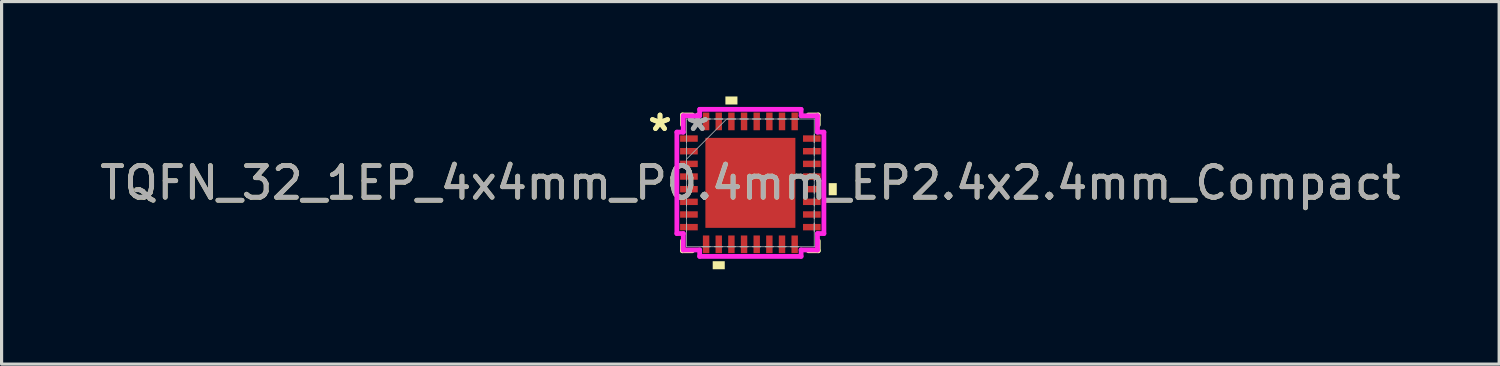
<source format=kicad_pcb>
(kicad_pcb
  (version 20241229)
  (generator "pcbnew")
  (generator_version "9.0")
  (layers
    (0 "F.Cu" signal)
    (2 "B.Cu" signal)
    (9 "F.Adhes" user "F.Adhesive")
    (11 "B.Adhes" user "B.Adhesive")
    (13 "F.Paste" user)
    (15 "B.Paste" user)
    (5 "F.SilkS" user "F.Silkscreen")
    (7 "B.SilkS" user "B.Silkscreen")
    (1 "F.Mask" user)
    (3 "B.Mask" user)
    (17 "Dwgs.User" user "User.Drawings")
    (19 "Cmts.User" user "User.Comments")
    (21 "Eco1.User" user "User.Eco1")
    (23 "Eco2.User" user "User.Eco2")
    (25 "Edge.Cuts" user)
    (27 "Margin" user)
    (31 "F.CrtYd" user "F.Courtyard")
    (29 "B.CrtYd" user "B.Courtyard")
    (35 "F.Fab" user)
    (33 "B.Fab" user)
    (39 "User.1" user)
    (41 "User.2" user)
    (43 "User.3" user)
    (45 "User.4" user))
  (footprint "TQFN_32_1EP_4x4mm_P0.4mm_EP2.4x2.4mm_Compact"
    (layer "F.Cu")
    (at 20.673 2.731)
    (property "Reference" "TQFN_32_1EP_4x4mm_P0.4mm_EP2.4x2.4mm_Compact" (at 0 0 0) (unlocked yes) (layer "F.SilkS") (effects (font (size 1 1) (thickness 0.15))))
    (attr smd)
    (fp_line (start -2.146 -2.146) (end -2.146 -1.834) (stroke (width 0.152) (type solid)) (layer "F.SilkS"))
    (fp_line (start -2.146 1.834) (end -2.146 2.146) (stroke (width 0.152) (type solid)) (layer "F.SilkS"))
    (fp_line (start -2.146 2.146) (end -1.834 2.146) (stroke (width 0.152) (type solid)) (layer "F.SilkS"))
    (fp_line (start -1.834 -2.146) (end -2.146 -2.146) (stroke (width 0.152) (type solid)) (layer "F.SilkS"))
    (fp_line (start 1.834 2.146) (end 2.146 2.146) (stroke (width 0.152) (type solid)) (layer "F.SilkS"))
    (fp_line (start 2.146 -2.146) (end 1.834 -2.146) (stroke (width 0.152) (type solid)) (layer "F.SilkS"))
    (fp_line (start 2.146 -1.834) (end 2.146 -2.146) (stroke (width 0.152) (type solid)) (layer "F.SilkS"))
    (fp_line (start 2.146 2.146) (end 2.146 1.834) (stroke (width 0.152) (type solid)) (layer "F.SilkS"))
    (fp_poly (pts (xy -1.191 2.477) (xy -1.191 2.731) (xy -0.81 2.731) (xy -0.81 2.477)) (stroke (width 0) (type solid)) (fill yes) (layer "F.SilkS"))
    (fp_poly (pts (xy -0.79 -2.477) (xy -0.79 -2.731) (xy -0.409 -2.731) (xy -0.409 -2.477)) (stroke (width 0) (type solid)) (fill yes) (layer "F.SilkS"))
    (fp_poly (pts (xy 2.731 0.009) (xy 2.731 0.391) (xy 2.477 0.391) (xy 2.477 0.009)) (stroke (width 0) (type solid)) (fill yes) (layer "F.SilkS"))
    (fp_poly (pts (xy -1.322 -1.322) (xy -1.322 -0.1) (xy -0.1 -0.1) (xy -0.1 -1.322)) (stroke (width 0) (type solid)) (fill yes) (layer "F.Paste"))
    (fp_poly (pts (xy -1.322 0.1) (xy -1.322 1.322) (xy -0.1 1.322) (xy -0.1 0.1)) (stroke (width 0) (type solid)) (fill yes) (layer "F.Paste"))
    (fp_poly (pts (xy 0.1 -1.322) (xy 0.1 -0.1) (xy 1.322 -0.1) (xy 1.322 -1.322)) (stroke (width 0) (type solid)) (fill yes) (layer "F.Paste"))
    (fp_poly (pts (xy 0.1 0.1) (xy 0.1 1.322) (xy 1.322 1.322) (xy 1.322 0.1)) (stroke (width 0) (type solid)) (fill yes) (layer "F.Paste"))
    (fp_line (start -2.324 -1.603) (end -2.121 -1.603) (stroke (width 0.152) (type solid)) (layer "F.CrtYd"))
    (fp_line (start -2.324 1.603) (end -2.324 -1.603) (stroke (width 0.152) (type solid)) (layer "F.CrtYd"))
    (fp_line (start -2.121 -2.121) (end -1.603 -2.121) (stroke (width 0.152) (type solid)) (layer "F.CrtYd"))
    (fp_line (start -2.121 -1.603) (end -2.121 -2.121) (stroke (width 0.152) (type solid)) (layer "F.CrtYd"))
    (fp_line (start -2.121 1.603) (end -2.324 1.603) (stroke (width 0.152) (type solid)) (layer "F.CrtYd"))
    (fp_line (start -2.121 2.121) (end -2.121 1.603) (stroke (width 0.152) (type solid)) (layer "F.CrtYd"))
    (fp_line (start -1.603 -2.324) (end 1.603 -2.324) (stroke (width 0.152) (type solid)) (layer "F.CrtYd"))
    (fp_line (start -1.603 -2.121) (end -1.603 -2.324) (stroke (width 0.152) (type solid)) (layer "F.CrtYd"))
    (fp_line (start -1.603 2.121) (end -2.121 2.121) (stroke (width 0.152) (type solid)) (layer "F.CrtYd"))
    (fp_line (start -1.603 2.324) (end -1.603 2.121) (stroke (width 0.152) (type solid)) (layer "F.CrtYd"))
    (fp_line (start 1.603 -2.324) (end 1.603 -2.121) (stroke (width 0.152) (type solid)) (layer "F.CrtYd"))
    (fp_line (start 1.603 -2.121) (end 2.121 -2.121) (stroke (width 0.152) (type solid)) (layer "F.CrtYd"))
    (fp_line (start 1.603 2.121) (end 1.603 2.324) (stroke (width 0.152) (type solid)) (layer "F.CrtYd"))
    (fp_line (start 1.603 2.324) (end -1.603 2.324) (stroke (width 0.152) (type solid)) (layer "F.CrtYd"))
    (fp_line (start 2.121 -2.121) (end 2.121 -1.603) (stroke (width 0.152) (type solid)) (layer "F.CrtYd"))
    (fp_line (start 2.121 -1.603) (end 2.324 -1.603) (stroke (width 0.152) (type solid)) (layer "F.CrtYd"))
    (fp_line (start 2.121 1.603) (end 2.121 2.121) (stroke (width 0.152) (type solid)) (layer "F.CrtYd"))
    (fp_line (start 2.121 2.121) (end 1.603 2.121) (stroke (width 0.152) (type solid)) (layer "F.CrtYd"))
    (fp_line (start 2.324 -1.603) (end 2.324 1.603) (stroke (width 0.152) (type solid)) (layer "F.CrtYd"))
    (fp_line (start 2.324 1.603) (end 2.121 1.603) (stroke (width 0.152) (type solid)) (layer "F.CrtYd"))
    (fp_line (start -2.019 -2.019) (end -2.019 -2.019) (stroke (width 0.025) (type solid)) (layer "F.Fab"))
    (fp_line (start -2.019 -2.019) (end -2.019 2.019) (stroke (width 0.025) (type solid)) (layer "F.Fab"))
    (fp_line (start -2.019 -1.527) (end -2.019 -1.527) (stroke (width 0.025) (type solid)) (layer "F.Fab"))
    (fp_line (start -2.019 -1.527) (end -2.019 -1.273) (stroke (width 0.025) (type solid)) (layer "F.Fab"))
    (fp_line (start -2.019 -1.273) (end -2.019 -1.527) (stroke (width 0.025) (type solid)) (layer "F.Fab"))
    (fp_line (start -2.019 -1.273) (end -2.019 -1.273) (stroke (width 0.025) (type solid)) (layer "F.Fab"))
    (fp_line (start -2.019 -1.127) (end -2.019 -1.127) (stroke (width 0.025) (type solid)) (layer "F.Fab"))
    (fp_line (start -2.019 -1.127) (end -2.019 -0.873) (stroke (width 0.025) (type solid)) (layer "F.Fab"))
    (fp_line (start -2.019 -0.873) (end -2.019 -1.127) (stroke (width 0.025) (type solid)) (layer "F.Fab"))
    (fp_line (start -2.019 -0.873) (end -2.019 -0.873) (stroke (width 0.025) (type solid)) (layer "F.Fab"))
    (fp_line (start -2.019 -0.749) (end -0.749 -2.019) (stroke (width 0.025) (type solid)) (layer "F.Fab"))
    (fp_line (start -2.019 -0.727) (end -2.019 -0.727) (stroke (width 0.025) (type solid)) (layer "F.Fab"))
    (fp_line (start -2.019 -0.727) (end -2.019 -0.473) (stroke (width 0.025) (type solid)) (layer "F.Fab"))
    (fp_line (start -2.019 -0.473) (end -2.019 -0.727) (stroke (width 0.025) (type solid)) (layer "F.Fab"))
    (fp_line (start -2.019 -0.473) (end -2.019 -0.473) (stroke (width 0.025) (type solid)) (layer "F.Fab"))
    (fp_line (start -2.019 -0.327) (end -2.019 -0.327) (stroke (width 0.025) (type solid)) (layer "F.Fab"))
    (fp_line (start -2.019 -0.327) (end -2.019 -0.073) (stroke (width 0.025) (type solid)) (layer "F.Fab"))
    (fp_line (start -2.019 -0.073) (end -2.019 -0.327) (stroke (width 0.025) (type solid)) (layer "F.Fab"))
    (fp_line (start -2.019 -0.073) (end -2.019 -0.073) (stroke (width 0.025) (type solid)) (layer "F.Fab"))
    (fp_line (start -2.019 0.073) (end -2.019 0.073) (stroke (width 0.025) (type solid)) (layer "F.Fab"))
    (fp_line (start -2.019 0.073) (end -2.019 0.327) (stroke (width 0.025) (type solid)) (layer "F.Fab"))
    (fp_line (start -2.019 0.327) (end -2.019 0.073) (stroke (width 0.025) (type solid)) (layer "F.Fab"))
    (fp_line (start -2.019 0.327) (end -2.019 0.327) (stroke (width 0.025) (type solid)) (layer "F.Fab"))
    (fp_line (start -2.019 0.473) (end -2.019 0.473) (stroke (width 0.025) (type solid)) (layer "F.Fab"))
    (fp_line (start -2.019 0.473) (end -2.019 0.727) (stroke (width 0.025) (type solid)) (layer "F.Fab"))
    (fp_line (start -2.019 0.727) (end -2.019 0.473) (stroke (width 0.025) (type solid)) (layer "F.Fab"))
    (fp_line (start -2.019 0.727) (end -2.019 0.727) (stroke (width 0.025) (type solid)) (layer "F.Fab"))
    (fp_line (start -2.019 0.873) (end -2.019 0.873) (stroke (width 0.025) (type solid)) (layer "F.Fab"))
    (fp_line (start -2.019 0.873) (end -2.019 1.127) (stroke (width 0.025) (type solid)) (layer "F.Fab"))
    (fp_line (start -2.019 1.127) (end -2.019 0.873) (stroke (width 0.025) (type solid)) (layer "F.Fab"))
    (fp_line (start -2.019 1.127) (end -2.019 1.127) (stroke (width 0.025) (type solid)) (layer "F.Fab"))
    (fp_line (start -2.019 1.273) (end -2.019 1.273) (stroke (width 0.025) (type solid)) (layer "F.Fab"))
    (fp_line (start -2.019 1.273) (end -2.019 1.527) (stroke (width 0.025) (type solid)) (layer "F.Fab"))
    (fp_line (start -2.019 1.527) (end -2.019 1.273) (stroke (width 0.025) (type solid)) (layer "F.Fab"))
    (fp_line (start -2.019 1.527) (end -2.019 1.527) (stroke (width 0.025) (type solid)) (layer "F.Fab"))
    (fp_line (start -2.019 2.019) (end -2.019 2.019) (stroke (width 0.025) (type solid)) (layer "F.Fab"))
    (fp_line (start -2.019 2.019) (end 2.019 2.019) (stroke (width 0.025) (type solid)) (layer "F.Fab"))
    (fp_line (start -1.527 -2.019) (end -1.527 -2.019) (stroke (width 0.025) (type solid)) (layer "F.Fab"))
    (fp_line (start -1.527 -2.019) (end -1.273 -2.019) (stroke (width 0.025) (type solid)) (layer "F.Fab"))
    (fp_line (start -1.527 2.019) (end -1.527 2.019) (stroke (width 0.025) (type solid)) (layer "F.Fab"))
    (fp_line (start -1.527 2.019) (end -1.273 2.019) (stroke (width 0.025) (type solid)) (layer "F.Fab"))
    (fp_line (start -1.273 -2.019) (end -1.527 -2.019) (stroke (width 0.025) (type solid)) (layer "F.Fab"))
    (fp_line (start -1.273 -2.019) (end -1.273 -2.019) (stroke (width 0.025) (type solid)) (layer "F.Fab"))
    (fp_line (start -1.273 2.019) (end -1.527 2.019) (stroke (width 0.025) (type solid)) (layer "F.Fab"))
    (fp_line (start -1.273 2.019) (end -1.273 2.019) (stroke (width 0.025) (type solid)) (layer "F.Fab"))
    (fp_line (start -1.127 -2.019) (end -1.127 -2.019) (stroke (width 0.025) (type solid)) (layer "F.Fab"))
    (fp_line (start -1.127 -2.019) (end -0.873 -2.019) (stroke (width 0.025) (type solid)) (layer "F.Fab"))
    (fp_line (start -1.127 2.019) (end -1.127 2.019) (stroke (width 0.025) (type solid)) (layer "F.Fab"))
    (fp_line (start -1.127 2.019) (end -0.873 2.019) (stroke (width 0.025) (type solid)) (layer "F.Fab"))
    (fp_line (start -0.873 -2.019) (end -1.127 -2.019) (stroke (width 0.025) (type solid)) (layer "F.Fab"))
    (fp_line (start -0.873 -2.019) (end -0.873 -2.019) (stroke (width 0.025) (type solid)) (layer "F.Fab"))
    (fp_line (start -0.873 2.019) (end -1.127 2.019) (stroke (width 0.025) (type solid)) (layer "F.Fab"))
    (fp_line (start -0.873 2.019) (end -0.873 2.019) (stroke (width 0.025) (type solid)) (layer "F.Fab"))
    (fp_line (start -0.727 -2.019) (end -0.727 -2.019) (stroke (width 0.025) (type solid)) (layer "F.Fab"))
    (fp_line (start -0.727 -2.019) (end -0.473 -2.019) (stroke (width 0.025) (type solid)) (layer "F.Fab"))
    (fp_line (start -0.727 2.019) (end -0.727 2.019) (stroke (width 0.025) (type solid)) (layer "F.Fab"))
    (fp_line (start -0.727 2.019) (end -0.473 2.019) (stroke (width 0.025) (type solid)) (layer "F.Fab"))
    (fp_line (start -0.473 -2.019) (end -0.727 -2.019) (stroke (width 0.025) (type solid)) (layer "F.Fab"))
    (fp_line (start -0.473 -2.019) (end -0.473 -2.019) (stroke (width 0.025) (type solid)) (layer "F.Fab"))
    (fp_line (start -0.473 2.019) (end -0.727 2.019) (stroke (width 0.025) (type solid)) (layer "F.Fab"))
    (fp_line (start -0.473 2.019) (end -0.473 2.019) (stroke (width 0.025) (type solid)) (layer "F.Fab"))
    (fp_line (start -0.327 -2.019) (end -0.327 -2.019) (stroke (width 0.025) (type solid)) (layer "F.Fab"))
    (fp_line (start -0.327 -2.019) (end -0.073 -2.019) (stroke (width 0.025) (type solid)) (layer "F.Fab"))
    (fp_line (start -0.327 2.019) (end -0.327 2.019) (stroke (width 0.025) (type solid)) (layer "F.Fab"))
    (fp_line (start -0.327 2.019) (end -0.073 2.019) (stroke (width 0.025) (type solid)) (layer "F.Fab"))
    (fp_line (start -0.073 -2.019) (end -0.327 -2.019) (stroke (width 0.025) (type solid)) (layer "F.Fab"))
    (fp_line (start -0.073 -2.019) (end -0.073 -2.019) (stroke (width 0.025) (type solid)) (layer "F.Fab"))
    (fp_line (start -0.073 2.019) (end -0.327 2.019) (stroke (width 0.025) (type solid)) (layer "F.Fab"))
    (fp_line (start -0.073 2.019) (end -0.073 2.019) (stroke (width 0.025) (type solid)) (layer "F.Fab"))
    (fp_line (start 0.073 -2.019) (end 0.073 -2.019) (stroke (width 0.025) (type solid)) (layer "F.Fab"))
    (fp_line (start 0.073 -2.019) (end 0.327 -2.019) (stroke (width 0.025) (type solid)) (layer "F.Fab"))
    (fp_line (start 0.073 2.019) (end 0.073 2.019) (stroke (width 0.025) (type solid)) (layer "F.Fab"))
    (fp_line (start 0.073 2.019) (end 0.327 2.019) (stroke (width 0.025) (type solid)) (layer "F.Fab"))
    (fp_line (start 0.327 -2.019) (end 0.073 -2.019) (stroke (width 0.025) (type solid)) (layer "F.Fab"))
    (fp_line (start 0.327 -2.019) (end 0.327 -2.019) (stroke (width 0.025) (type solid)) (layer "F.Fab"))
    (fp_line (start 0.327 2.019) (end 0.073 2.019) (stroke (width 0.025) (type solid)) (layer "F.Fab"))
    (fp_line (start 0.327 2.019) (end 0.327 2.019) (stroke (width 0.025) (type solid)) (layer "F.Fab"))
    (fp_line (start 0.473 -2.019) (end 0.473 -2.019) (stroke (width 0.025) (type solid)) (layer "F.Fab"))
    (fp_line (start 0.473 -2.019) (end 0.727 -2.019) (stroke (width 0.025) (type solid)) (layer "F.Fab"))
    (fp_line (start 0.473 2.019) (end 0.473 2.019) (stroke (width 0.025) (type solid)) (layer "F.Fab"))
    (fp_line (start 0.473 2.019) (end 0.727 2.019) (stroke (width 0.025) (type solid)) (layer "F.Fab"))
    (fp_line (start 0.727 -2.019) (end 0.473 -2.019) (stroke (width 0.025) (type solid)) (layer "F.Fab"))
    (fp_line (start 0.727 -2.019) (end 0.727 -2.019) (stroke (width 0.025) (type solid)) (layer "F.Fab"))
    (fp_line (start 0.727 2.019) (end 0.473 2.019) (stroke (width 0.025) (type solid)) (layer "F.Fab"))
    (fp_line (start 0.727 2.019) (end 0.727 2.019) (stroke (width 0.025) (type solid)) (layer "F.Fab"))
    (fp_line (start 0.873 -2.019) (end 0.873 -2.019) (stroke (width 0.025) (type solid)) (layer "F.Fab"))
    (fp_line (start 0.873 -2.019) (end 1.127 -2.019) (stroke (width 0.025) (type solid)) (layer "F.Fab"))
    (fp_line (start 0.873 2.019) (end 0.873 2.019) (stroke (width 0.025) (type solid)) (layer "F.Fab"))
    (fp_line (start 0.873 2.019) (end 1.127 2.019) (stroke (width 0.025) (type solid)) (layer "F.Fab"))
    (fp_line (start 1.127 -2.019) (end 0.873 -2.019) (stroke (width 0.025) (type solid)) (layer "F.Fab"))
    (fp_line (start 1.127 -2.019) (end 1.127 -2.019) (stroke (width 0.025) (type solid)) (layer "F.Fab"))
    (fp_line (start 1.127 2.019) (end 0.873 2.019) (stroke (width 0.025) (type solid)) (layer "F.Fab"))
    (fp_line (start 1.127 2.019) (end 1.127 2.019) (stroke (width 0.025) (type solid)) (layer "F.Fab"))
    (fp_line (start 1.273 -2.019) (end 1.273 -2.019) (stroke (width 0.025) (type solid)) (layer "F.Fab"))
    (fp_line (start 1.273 -2.019) (end 1.527 -2.019) (stroke (width 0.025) (type solid)) (layer "F.Fab"))
    (fp_line (start 1.273 2.019) (end 1.273 2.019) (stroke (width 0.025) (type solid)) (layer "F.Fab"))
    (fp_line (start 1.273 2.019) (end 1.527 2.019) (stroke (width 0.025) (type solid)) (layer "F.Fab"))
    (fp_line (start 1.527 -2.019) (end 1.273 -2.019) (stroke (width 0.025) (type solid)) (layer "F.Fab"))
    (fp_line (start 1.527 -2.019) (end 1.527 -2.019) (stroke (width 0.025) (type solid)) (layer "F.Fab"))
    (fp_line (start 1.527 2.019) (end 1.273 2.019) (stroke (width 0.025) (type solid)) (layer "F.Fab"))
    (fp_line (start 1.527 2.019) (end 1.527 2.019) (stroke (width 0.025) (type solid)) (layer "F.Fab"))
    (fp_line (start 2.019 -2.019) (end -2.019 -2.019) (stroke (width 0.025) (type solid)) (layer "F.Fab"))
    (fp_line (start 2.019 -2.019) (end 2.019 -2.019) (stroke (width 0.025) (type solid)) (layer "F.Fab"))
    (fp_line (start 2.019 -1.527) (end 2.019 -1.527) (stroke (width 0.025) (type solid)) (layer "F.Fab"))
    (fp_line (start 2.019 -1.527) (end 2.019 -1.273) (stroke (width 0.025) (type solid)) (layer "F.Fab"))
    (fp_line (start 2.019 -1.273) (end 2.019 -1.527) (stroke (width 0.025) (type solid)) (layer "F.Fab"))
    (fp_line (start 2.019 -1.273) (end 2.019 -1.273) (stroke (width 0.025) (type solid)) (layer "F.Fab"))
    (fp_line (start 2.019 -1.127) (end 2.019 -1.127) (stroke (width 0.025) (type solid)) (layer "F.Fab"))
    (fp_line (start 2.019 -1.127) (end 2.019 -0.873) (stroke (width 0.025) (type solid)) (layer "F.Fab"))
    (fp_line (start 2.019 -0.873) (end 2.019 -1.127) (stroke (width 0.025) (type solid)) (layer "F.Fab"))
    (fp_line (start 2.019 -0.873) (end 2.019 -0.873) (stroke (width 0.025) (type solid)) (layer "F.Fab"))
    (fp_line (start 2.019 -0.727) (end 2.019 -0.727) (stroke (width 0.025) (type solid)) (layer "F.Fab"))
    (fp_line (start 2.019 -0.727) (end 2.019 -0.473) (stroke (width 0.025) (type solid)) (layer "F.Fab"))
    (fp_line (start 2.019 -0.473) (end 2.019 -0.727) (stroke (width 0.025) (type solid)) (layer "F.Fab"))
    (fp_line (start 2.019 -0.473) (end 2.019 -0.473) (stroke (width 0.025) (type solid)) (layer "F.Fab"))
    (fp_line (start 2.019 -0.327) (end 2.019 -0.327) (stroke (width 0.025) (type solid)) (layer "F.Fab"))
    (fp_line (start 2.019 -0.327) (end 2.019 -0.073) (stroke (width 0.025) (type solid)) (layer "F.Fab"))
    (fp_line (start 2.019 -0.073) (end 2.019 -0.327) (stroke (width 0.025) (type solid)) (layer "F.Fab"))
    (fp_line (start 2.019 -0.073) (end 2.019 -0.073) (stroke (width 0.025) (type solid)) (layer "F.Fab"))
    (fp_line (start 2.019 0.073) (end 2.019 0.073) (stroke (width 0.025) (type solid)) (layer "F.Fab"))
    (fp_line (start 2.019 0.073) (end 2.019 0.327) (stroke (width 0.025) (type solid)) (layer "F.Fab"))
    (fp_line (start 2.019 0.327) (end 2.019 0.073) (stroke (width 0.025) (type solid)) (layer "F.Fab"))
    (fp_line (start 2.019 0.327) (end 2.019 0.327) (stroke (width 0.025) (type solid)) (layer "F.Fab"))
    (fp_line (start 2.019 0.473) (end 2.019 0.473) (stroke (width 0.025) (type solid)) (layer "F.Fab"))
    (fp_line (start 2.019 0.473) (end 2.019 0.727) (stroke (width 0.025) (type solid)) (layer "F.Fab"))
    (fp_line (start 2.019 0.727) (end 2.019 0.473) (stroke (width 0.025) (type solid)) (layer "F.Fab"))
    (fp_line (start 2.019 0.727) (end 2.019 0.727) (stroke (width 0.025) (type solid)) (layer "F.Fab"))
    (fp_line (start 2.019 0.873) (end 2.019 0.873) (stroke (width 0.025) (type solid)) (layer "F.Fab"))
    (fp_line (start 2.019 0.873) (end 2.019 1.127) (stroke (width 0.025) (type solid)) (layer "F.Fab"))
    (fp_line (start 2.019 1.127) (end 2.019 0.873) (stroke (width 0.025) (type solid)) (layer "F.Fab"))
    (fp_line (start 2.019 1.127) (end 2.019 1.127) (stroke (width 0.025) (type solid)) (layer "F.Fab"))
    (fp_line (start 2.019 1.273) (end 2.019 1.273) (stroke (width 0.025) (type solid)) (layer "F.Fab"))
    (fp_line (start 2.019 1.273) (end 2.019 1.527) (stroke (width 0.025) (type solid)) (layer "F.Fab"))
    (fp_line (start 2.019 1.527) (end 2.019 1.273) (stroke (width 0.025) (type solid)) (layer "F.Fab"))
    (fp_line (start 2.019 1.527) (end 2.019 1.527) (stroke (width 0.025) (type solid)) (layer "F.Fab"))
    (fp_line (start 2.019 2.019) (end 2.019 -2.019) (stroke (width 0.025) (type solid)) (layer "F.Fab"))
    (fp_line (start 2.019 2.019) (end 2.019 2.019) (stroke (width 0.025) (type solid)) (layer "F.Fab"))
    (fp_text user "*" (at -2.857 -1.6 0) (unlocked yes) (layer "F.SilkS") (effects (font (size 1 1) (thickness 0.15))))
    (fp_text user "*" (at -2.857 -1.6 0) (layer "F.SilkS") (effects (font (size 1 1) (thickness 0.15))))
    (fp_text user "${REFERENCE}" (at 0 0 0) (unlocked yes) (layer "F.Fab") (effects (font (size 1 1) (thickness 0.15))))
    (fp_text user "*" (at -1.664 -1.6 0) (layer "F.Fab") (effects (font (size 1 1) (thickness 0.15))))
    (fp_text user "*" (at -1.664 -1.6 0) (unlocked yes) (layer "F.Fab") (effects (font (size 1 1) (thickness 0.15))))
    (pad "1" smd rect (at -1.943 -1.4 90) (size 0.203 0.559) (layers "F.Cu" "F.Mask" "F.Paste"))
    (pad "2" smd rect (at -1.943 -1 90) (size 0.203 0.559) (layers "F.Cu" "F.Mask" "F.Paste"))
    (pad "3" smd rect (at -1.943 -0.6 90) (size 0.203 0.559) (layers "F.Cu" "F.Mask" "F.Paste"))
    (pad "4" smd rect (at -1.943 -0.2 90) (size 0.203 0.559) (layers "F.Cu" "F.Mask" "F.Paste"))
    (pad "5" smd rect (at -1.943 0.2 90) (size 0.203 0.559) (layers "F.Cu" "F.Mask" "F.Paste"))
    (pad "6" smd rect (at -1.943 0.6 90) (size 0.203 0.559) (layers "F.Cu" "F.Mask" "F.Paste"))
    (pad "7" smd rect (at -1.943 1 90) (size 0.203 0.559) (layers "F.Cu" "F.Mask" "F.Paste"))
    (pad "8" smd rect (at -1.943 1.4 90) (size 0.203 0.559) (layers "F.Cu" "F.Mask" "F.Paste"))
    (pad "9" smd rect (at -1.4 1.943) (size 0.203 0.559) (layers "F.Cu" "F.Mask" "F.Paste"))
    (pad "10" smd rect (at -1 1.943) (size 0.203 0.559) (layers "F.Cu" "F.Mask" "F.Paste"))
    (pad "11" smd rect (at -0.6 1.943) (size 0.203 0.559) (layers "F.Cu" "F.Mask" "F.Paste"))
    (pad "12" smd rect (at -0.2 1.943) (size 0.203 0.559) (layers "F.Cu" "F.Mask" "F.Paste"))
    (pad "13" smd rect (at 0.2 1.943) (size 0.203 0.559) (layers "F.Cu" "F.Mask" "F.Paste"))
    (pad "14" smd rect (at 0.6 1.943) (size 0.203 0.559) (layers "F.Cu" "F.Mask" "F.Paste"))
    (pad "15" smd rect (at 1 1.943) (size 0.203 0.559) (layers "F.Cu" "F.Mask" "F.Paste"))
    (pad "16" smd rect (at 1.4 1.943) (size 0.203 0.559) (layers "F.Cu" "F.Mask" "F.Paste"))
    (pad "17" smd rect (at 1.943 1.4 90) (size 0.203 0.559) (layers "F.Cu" "F.Mask" "F.Paste"))
    (pad "18" smd rect (at 1.943 1 90) (size 0.203 0.559) (layers "F.Cu" "F.Mask" "F.Paste"))
    (pad "19" smd rect (at 1.943 0.6 90) (size 0.203 0.559) (layers "F.Cu" "F.Mask" "F.Paste"))
    (pad "20" smd rect (at 1.943 0.2 90) (size 0.203 0.559) (layers "F.Cu" "F.Mask" "F.Paste"))
    (pad "21" smd rect (at 1.943 -0.2 90) (size 0.203 0.559) (layers "F.Cu" "F.Mask" "F.Paste"))
    (pad "22" smd rect (at 1.943 -0.6 90) (size 0.203 0.559) (layers "F.Cu" "F.Mask" "F.Paste"))
    (pad "23" smd rect (at 1.943 -1 90) (size 0.203 0.559) (layers "F.Cu" "F.Mask" "F.Paste"))
    (pad "24" smd rect (at 1.943 -1.4 90) (size 0.203 0.559) (layers "F.Cu" "F.Mask" "F.Paste"))
    (pad "25" smd rect (at 1.4 -1.943) (size 0.203 0.559) (layers "F.Cu" "F.Mask" "F.Paste"))
    (pad "26" smd rect (at 1 -1.943) (size 0.203 0.559) (layers "F.Cu" "F.Mask" "F.Paste"))
    (pad "27" smd rect (at 0.6 -1.943) (size 0.203 0.559) (layers "F.Cu" "F.Mask" "F.Paste"))
    (pad "28" smd rect (at 0.2 -1.943) (size 0.203 0.559) (layers "F.Cu" "F.Mask" "F.Paste"))
    (pad "29" smd rect (at -0.2 -1.943) (size 0.203 0.559) (layers "F.Cu" "F.Mask" "F.Paste"))
    (pad "30" smd rect (at -0.6 -1.943) (size 0.203 0.559) (layers "F.Cu" "F.Mask" "F.Paste"))
    (pad "31" smd rect (at -1 -1.943) (size 0.203 0.559) (layers "F.Cu" "F.Mask" "F.Paste"))
    (pad "32" smd rect (at -1.4 -1.943) (size 0.203 0.559) (layers "F.Cu" "F.Mask" "F.Paste"))
    (pad "33" smd rect (at 0 0) (size 2.845 2.845) (layers "F.Cu" "F.Mask" "F.Paste")))
  (gr_rect
    (start -3 -3)
    (end 44.345 8.461)
    (stroke (width 0.1) (type default))
    (fill no)
    (layer "Edge.Cuts")))
</source>
